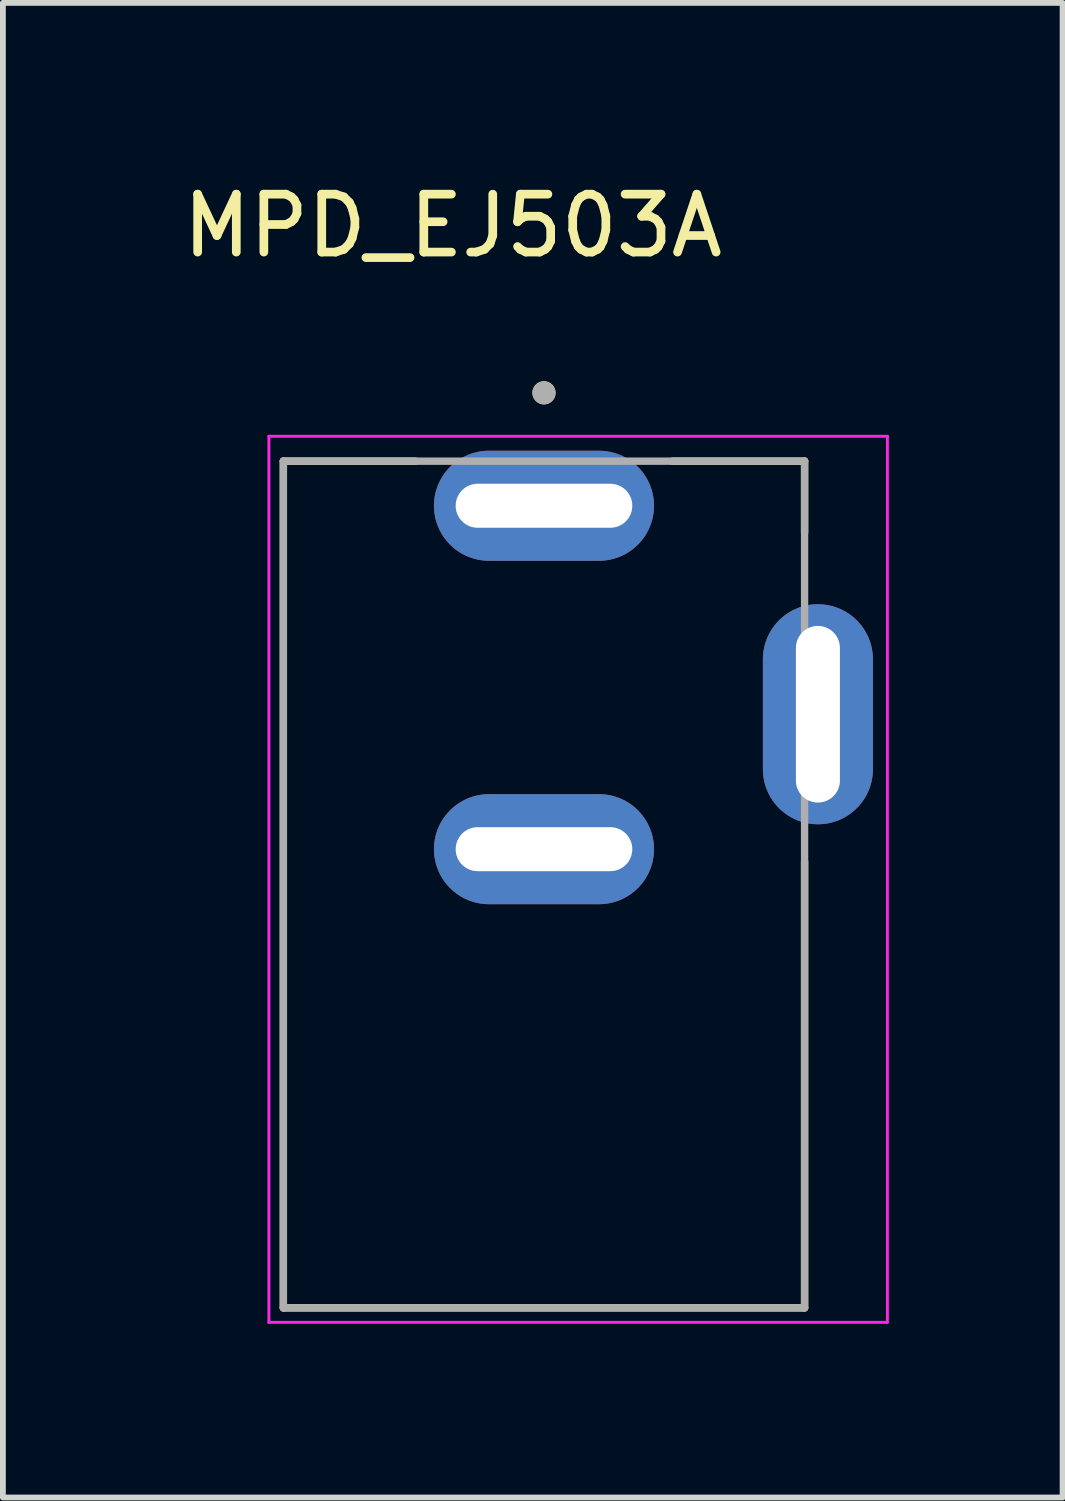
<source format=kicad_pcb>
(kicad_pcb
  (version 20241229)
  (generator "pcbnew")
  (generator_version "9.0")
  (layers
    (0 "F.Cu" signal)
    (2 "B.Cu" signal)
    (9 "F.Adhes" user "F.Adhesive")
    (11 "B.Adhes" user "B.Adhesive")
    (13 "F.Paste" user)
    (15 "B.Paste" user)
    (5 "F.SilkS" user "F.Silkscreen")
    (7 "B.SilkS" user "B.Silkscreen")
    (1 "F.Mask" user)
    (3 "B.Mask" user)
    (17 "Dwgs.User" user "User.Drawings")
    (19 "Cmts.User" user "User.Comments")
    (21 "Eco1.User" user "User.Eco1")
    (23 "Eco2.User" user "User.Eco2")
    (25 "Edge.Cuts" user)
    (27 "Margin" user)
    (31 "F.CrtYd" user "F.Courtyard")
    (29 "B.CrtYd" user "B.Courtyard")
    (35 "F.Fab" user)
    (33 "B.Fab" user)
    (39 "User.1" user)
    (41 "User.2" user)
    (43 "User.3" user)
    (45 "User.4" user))
  (footprint "MPD_EJ503A"
    (layer "F.Cu")
    (at 6.343 12.223)
    (property "Reference" "MPD_EJ503A" (at -1.575 -11.375 0) (layer "F.SilkS") (effects (font (size 1 1) (thickness 0.15))))
    (attr through_hole)
    (fp_line (start -4.5 -7.31) (end -4.5 7.31) (stroke (width 0.127) (type solid)) (layer "F.SilkS"))
    (fp_line (start -4.5 7.31) (end 4.5 7.31) (stroke (width 0.127) (type solid)) (layer "F.SilkS"))
    (fp_line (start -2.22 -7.31) (end -4.5 -7.31) (stroke (width 0.127) (type solid)) (layer "F.SilkS"))
    (fp_line (start 4.5 -7.31) (end 2.22 -7.31) (stroke (width 0.127) (type solid)) (layer "F.SilkS"))
    (fp_line (start 4.5 -6.08) (end 4.5 -7.31) (stroke (width 0.127) (type solid)) (layer "F.SilkS"))
    (fp_line (start 4.5 7.31) (end 4.5 -0.4) (stroke (width 0.127) (type solid)) (layer "F.SilkS"))
    (fp_circle (center 0 -8.49) (end 0.1 -8.49) (stroke (width 0.2) (type solid)) (fill no) (layer "F.SilkS"))
    (fp_line (start -4.75 -7.74) (end -4.75 7.56) (stroke (width 0.05) (type solid)) (layer "F.CrtYd"))
    (fp_line (start -4.75 7.56) (end 5.93 7.56) (stroke (width 0.05) (type solid)) (layer "F.CrtYd"))
    (fp_line (start 5.93 -7.74) (end -4.75 -7.74) (stroke (width 0.05) (type solid)) (layer "F.CrtYd"))
    (fp_line (start 5.93 7.56) (end 5.93 -7.74) (stroke (width 0.05) (type solid)) (layer "F.CrtYd"))
    (fp_line (start -4.5 -7.31) (end -4.5 7.31) (stroke (width 0.127) (type solid)) (layer "F.Fab"))
    (fp_line (start -4.5 7.31) (end 4.5 7.31) (stroke (width 0.127) (type solid)) (layer "F.Fab"))
    (fp_line (start 4.5 -7.31) (end -4.5 -7.31) (stroke (width 0.127) (type solid)) (layer "F.Fab"))
    (fp_line (start 4.5 7.31) (end 4.5 -7.31) (stroke (width 0.127) (type solid)) (layer "F.Fab"))
    (fp_circle (center 0 -8.49) (end 0.1 -8.49) (stroke (width 0.2) (type solid)) (fill no) (layer "F.Fab"))
    (pad "1" thru_hole oval (at 0 -6.54) (size 3.8 1.9) (drill oval 3.05 0.76) (layers "*.Cu" "*.Mask"))
    (pad "2" thru_hole oval (at 0 -0.61) (size 3.8 1.9) (drill oval 3.05 0.76) (layers "*.Cu" "*.Mask"))
    (pad "3" thru_hole oval (at 4.73 -2.94) (size 1.9 3.8) (drill oval 0.76 3.05) (layers "*.Cu" "*.Mask")))
  (gr_rect
    (start -3 -3)
    (end 15.298 22.808)
    (stroke (width 0.1) (type default))
    (fill no)
    (layer "Edge.Cuts")))
</source>
